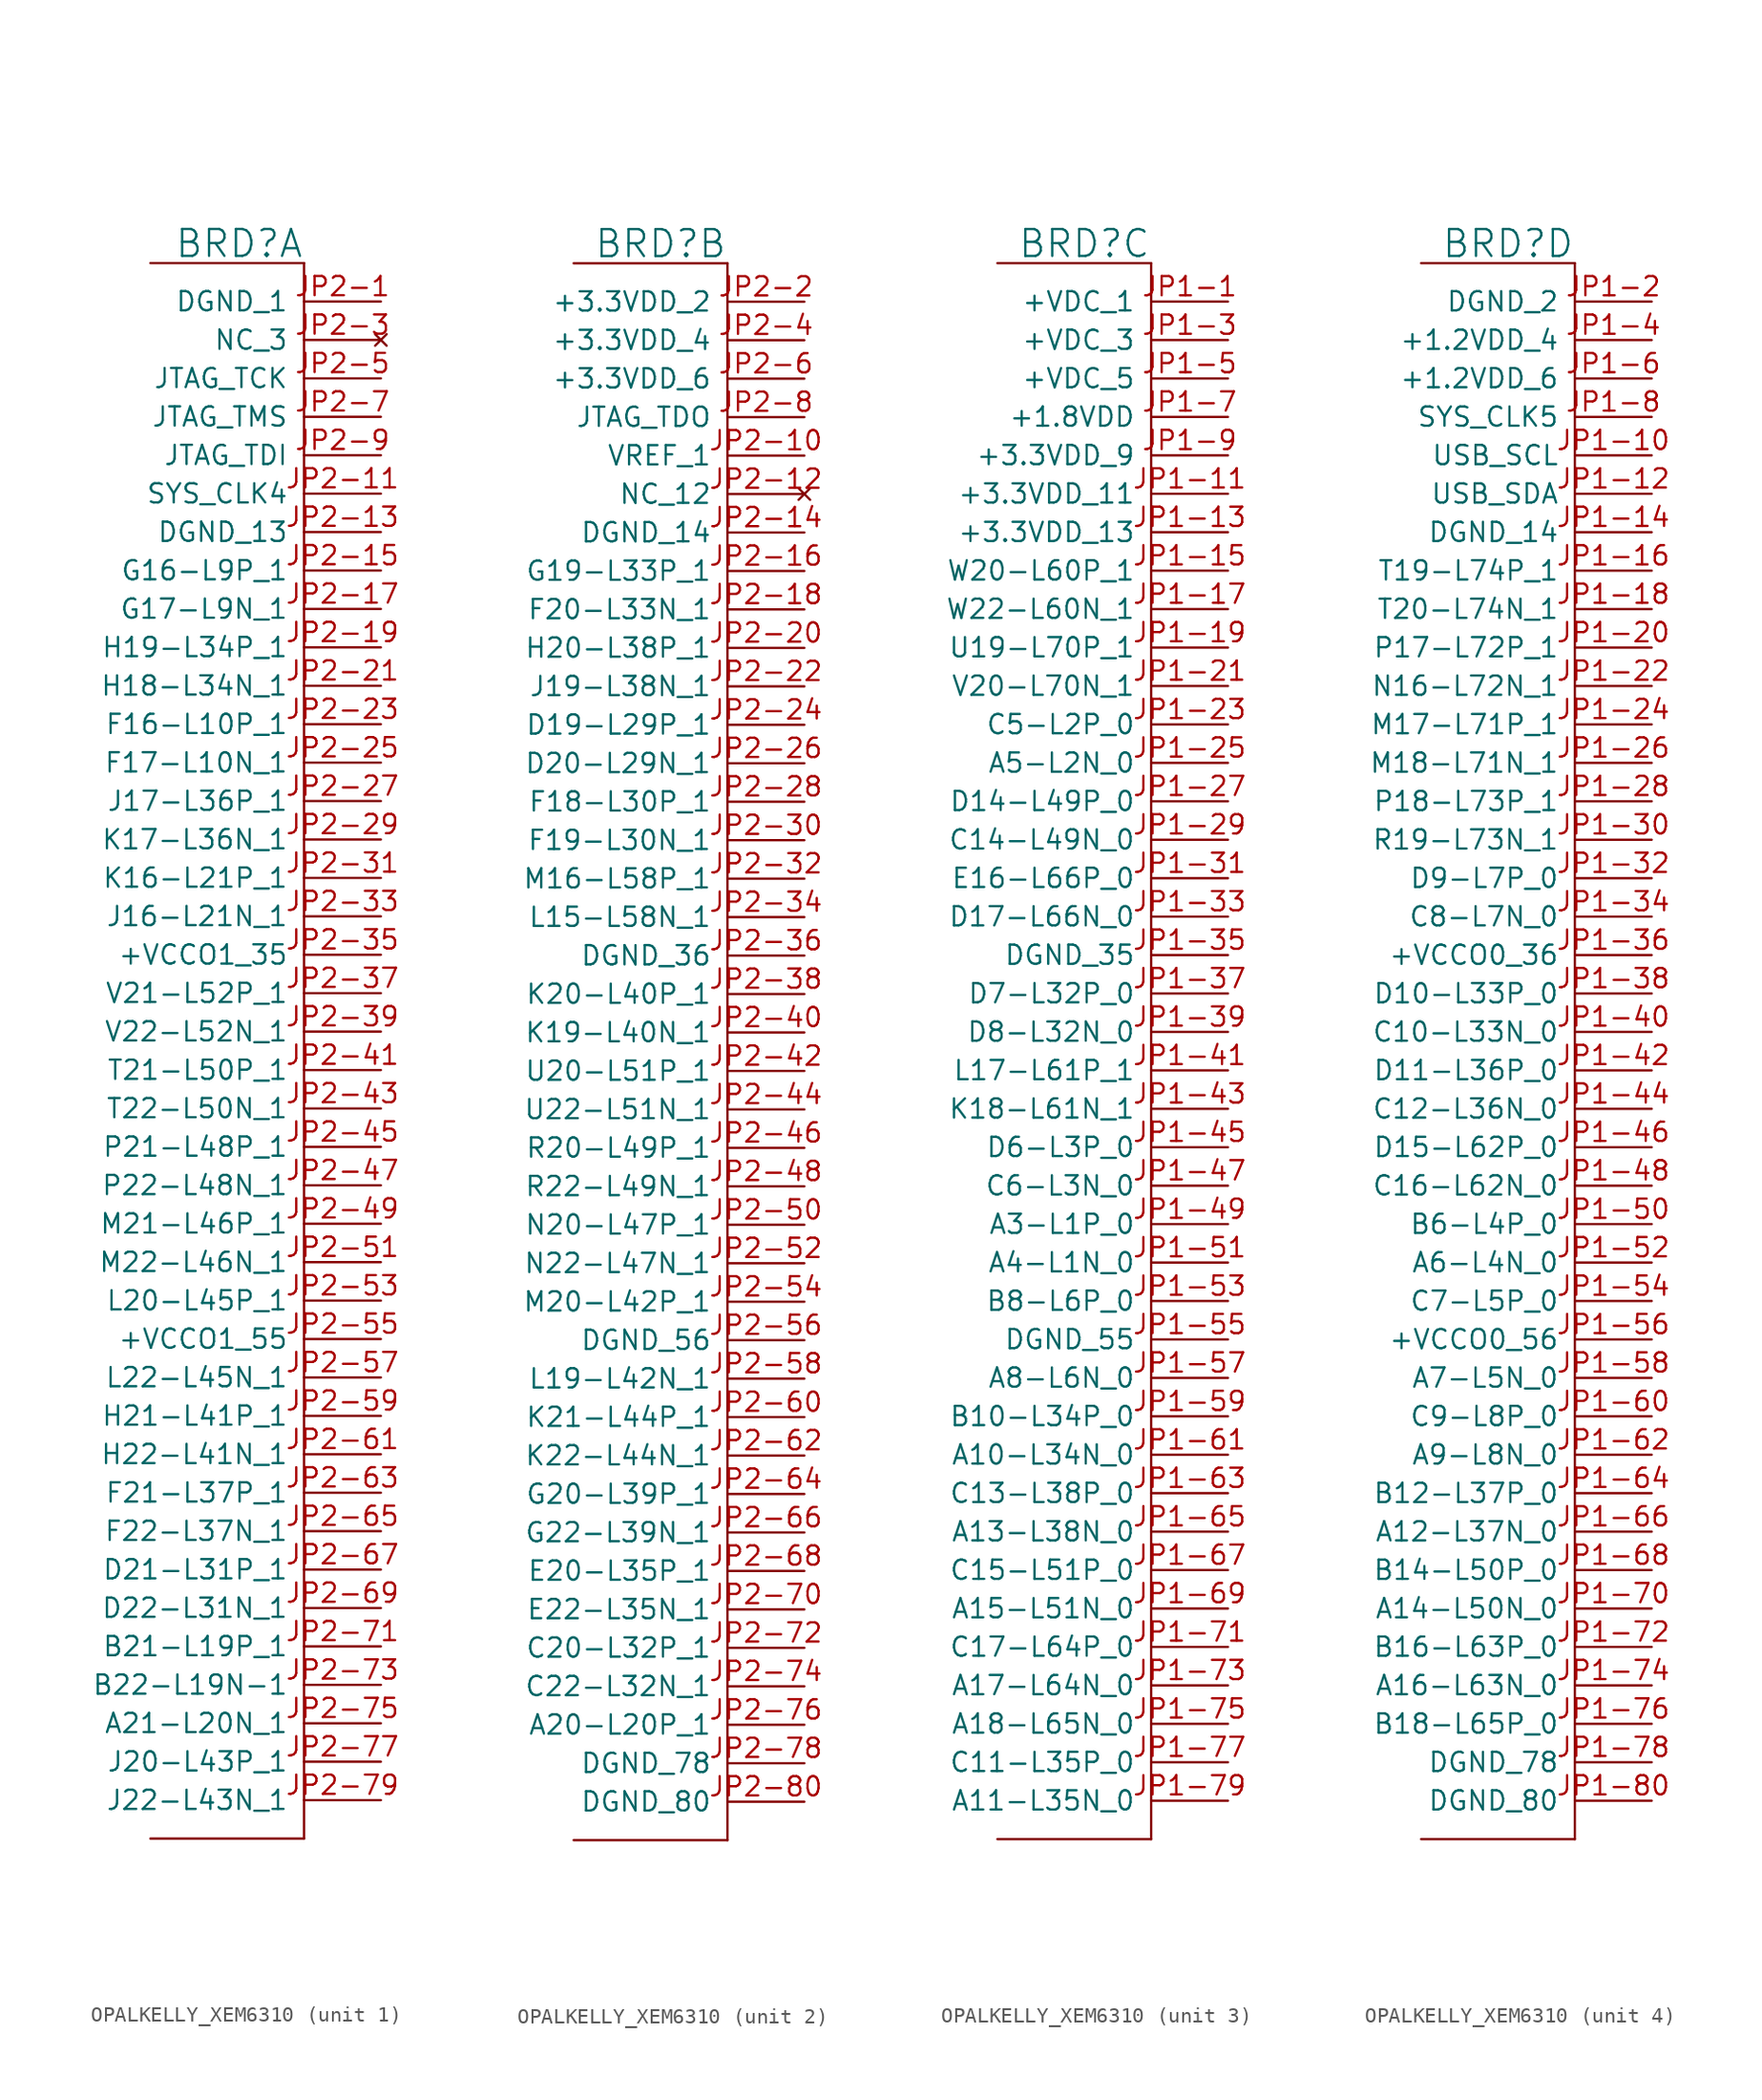
<source format=kicad_sym>
(kicad_symbol_lib
  (version 20211014)
  (generator kicad_symbol_editor)
  (symbol "OPALKELLY_XEM6310"
    (pin_names
      (offset 1.016))
    (property "Reference" "BRD"
      (at 5.08 51.054 0)
      (effects (font (size 1.778 1.778)) (justify right bottom)))
    (property "ki_locked" ""
      (at 0 0 0)
      (effects (font (size 1.27 1.27))))
    (symbol "OPALKELLY_XEM6310_1_0"
      (polyline (pts (xy -5.08 50.8) (xy 5.08 50.8)) (stroke (width 0) (type default) (color 0 0 0 0)) (fill (type none)))
      (polyline (pts (xy 5.08 -53.34) (xy -5.08 -53.34)) (stroke (width 0) (type default) (color 0 0 0 0)) (fill (type none)))
      (polyline (pts (xy 5.08 50.8) (xy 5.08 -53.34)) (stroke (width 0) (type default) (color 0 0 0 0)) (fill (type none)))
      (pin power_in line (at 10.16 48.26 180) (length 5.08) (name "DGND_1" (effects (font (size 1.27 1.27)))) (number "JP2-1" (effects (font (size 1.27 1.27)))))
      (pin output line (at 10.16 35.56 180) (length 5.08) (name "SYS_CLK4" (effects (font (size 1.27 1.27)))) (number "JP2-11" (effects (font (size 1.27 1.27)))))
      (pin power_in line (at 10.16 33.02 180) (length 5.08) (name "DGND_13" (effects (font (size 1.27 1.27)))) (number "JP2-13" (effects (font (size 1.27 1.27)))))
      (pin bidirectional line (at 10.16 30.48 180) (length 5.08) (name "G16-L9P_1" (effects (font (size 1.27 1.27)))) (number "JP2-15" (effects (font (size 1.27 1.27)))))
      (pin bidirectional line (at 10.16 27.94 180) (length 5.08) (name "G17-L9N_1" (effects (font (size 1.27 1.27)))) (number "JP2-17" (effects (font (size 1.27 1.27)))))
      (pin bidirectional line (at 10.16 25.4 180) (length 5.08) (name "H19-L34P_1" (effects (font (size 1.27 1.27)))) (number "JP2-19" (effects (font (size 1.27 1.27)))))
      (pin bidirectional line (at 10.16 22.86 180) (length 5.08) (name "H18-L34N_1" (effects (font (size 1.27 1.27)))) (number "JP2-21" (effects (font (size 1.27 1.27)))))
      (pin bidirectional line (at 10.16 20.32 180) (length 5.08) (name "F16-L10P_1" (effects (font (size 1.27 1.27)))) (number "JP2-23" (effects (font (size 1.27 1.27)))))
      (pin bidirectional line (at 10.16 17.78 180) (length 5.08) (name "F17-L10N_1" (effects (font (size 1.27 1.27)))) (number "JP2-25" (effects (font (size 1.27 1.27)))))
      (pin bidirectional line (at 10.16 15.24 180) (length 5.08) (name "J17-L36P_1" (effects (font (size 1.27 1.27)))) (number "JP2-27" (effects (font (size 1.27 1.27)))))
      (pin bidirectional line (at 10.16 12.7 180) (length 5.08) (name "K17-L36N_1" (effects (font (size 1.27 1.27)))) (number "JP2-29" (effects (font (size 1.27 1.27)))))
      (pin no_connect line (at 10.16 45.72 180) (length 5.08) (name "NC_3" (effects (font (size 1.27 1.27)))) (number "JP2-3" (effects (font (size 1.27 1.27)))))
      (pin bidirectional line (at 10.16 10.16 180) (length 5.08) (name "K16-L21P_1" (effects (font (size 1.27 1.27)))) (number "JP2-31" (effects (font (size 1.27 1.27)))))
      (pin bidirectional line (at 10.16 7.62 180) (length 5.08) (name "J16-L21N_1" (effects (font (size 1.27 1.27)))) (number "JP2-33" (effects (font (size 1.27 1.27)))))
      (pin power_in line (at 10.16 5.08 180) (length 5.08) (name "+VCCO1_35" (effects (font (size 1.27 1.27)))) (number "JP2-35" (effects (font (size 1.27 1.27)))))
      (pin bidirectional line (at 10.16 2.54 180) (length 5.08) (name "V21-L52P_1" (effects (font (size 1.27 1.27)))) (number "JP2-37" (effects (font (size 1.27 1.27)))))
      (pin bidirectional line (at 10.16 0 180) (length 5.08) (name "V22-L52N_1" (effects (font (size 1.27 1.27)))) (number "JP2-39" (effects (font (size 1.27 1.27)))))
      (pin bidirectional line (at 10.16 -2.54 180) (length 5.08) (name "T21-L50P_1" (effects (font (size 1.27 1.27)))) (number "JP2-41" (effects (font (size 1.27 1.27)))))
      (pin bidirectional line (at 10.16 -5.08 180) (length 5.08) (name "T22-L50N_1" (effects (font (size 1.27 1.27)))) (number "JP2-43" (effects (font (size 1.27 1.27)))))
      (pin bidirectional line (at 10.16 -7.62 180) (length 5.08) (name "P21-L48P_1" (effects (font (size 1.27 1.27)))) (number "JP2-45" (effects (font (size 1.27 1.27)))))
      (pin bidirectional line (at 10.16 -10.16 180) (length 5.08) (name "P22-L48N_1" (effects (font (size 1.27 1.27)))) (number "JP2-47" (effects (font (size 1.27 1.27)))))
      (pin bidirectional line (at 10.16 -12.7 180) (length 5.08) (name "M21-L46P_1" (effects (font (size 1.27 1.27)))) (number "JP2-49" (effects (font (size 1.27 1.27)))))
      (pin bidirectional line (at 10.16 43.18 180) (length 5.08) (name "JTAG_TCK" (effects (font (size 1.27 1.27)))) (number "JP2-5" (effects (font (size 1.27 1.27)))))
      (pin bidirectional line (at 10.16 -15.24 180) (length 5.08) (name "M22-L46N_1" (effects (font (size 1.27 1.27)))) (number "JP2-51" (effects (font (size 1.27 1.27)))))
      (pin bidirectional line (at 10.16 -17.78 180) (length 5.08) (name "L20-L45P_1" (effects (font (size 1.27 1.27)))) (number "JP2-53" (effects (font (size 1.27 1.27)))))
      (pin power_in line (at 10.16 -20.32 180) (length 5.08) (name "+VCCO1_55" (effects (font (size 1.27 1.27)))) (number "JP2-55" (effects (font (size 1.27 1.27)))))
      (pin bidirectional line (at 10.16 -22.86 180) (length 5.08) (name "L22-L45N_1" (effects (font (size 1.27 1.27)))) (number "JP2-57" (effects (font (size 1.27 1.27)))))
      (pin bidirectional line (at 10.16 -25.4 180) (length 5.08) (name "H21-L41P_1" (effects (font (size 1.27 1.27)))) (number "JP2-59" (effects (font (size 1.27 1.27)))))
      (pin bidirectional line (at 10.16 -27.94 180) (length 5.08) (name "H22-L41N_1" (effects (font (size 1.27 1.27)))) (number "JP2-61" (effects (font (size 1.27 1.27)))))
      (pin bidirectional line (at 10.16 -30.48 180) (length 5.08) (name "F21-L37P_1" (effects (font (size 1.27 1.27)))) (number "JP2-63" (effects (font (size 1.27 1.27)))))
      (pin bidirectional line (at 10.16 -33.02 180) (length 5.08) (name "F22-L37N_1" (effects (font (size 1.27 1.27)))) (number "JP2-65" (effects (font (size 1.27 1.27)))))
      (pin bidirectional line (at 10.16 -35.56 180) (length 5.08) (name "D21-L31P_1" (effects (font (size 1.27 1.27)))) (number "JP2-67" (effects (font (size 1.27 1.27)))))
      (pin bidirectional line (at 10.16 -38.1 180) (length 5.08) (name "D22-L31N_1" (effects (font (size 1.27 1.27)))) (number "JP2-69" (effects (font (size 1.27 1.27)))))
      (pin bidirectional line (at 10.16 40.64 180) (length 5.08) (name "JTAG_TMS" (effects (font (size 1.27 1.27)))) (number "JP2-7" (effects (font (size 1.27 1.27)))))
      (pin bidirectional line (at 10.16 -40.64 180) (length 5.08) (name "B21-L19P_1" (effects (font (size 1.27 1.27)))) (number "JP2-71" (effects (font (size 1.27 1.27)))))
      (pin bidirectional line (at 10.16 -43.18 180) (length 5.08) (name "B22-L19N-1" (effects (font (size 1.27 1.27)))) (number "JP2-73" (effects (font (size 1.27 1.27)))))
      (pin bidirectional line (at 10.16 -45.72 180) (length 5.08) (name "A21-L20N_1" (effects (font (size 1.27 1.27)))) (number "JP2-75" (effects (font (size 1.27 1.27)))))
      (pin bidirectional line (at 10.16 -48.26 180) (length 5.08) (name "J20-L43P_1" (effects (font (size 1.27 1.27)))) (number "JP2-77" (effects (font (size 1.27 1.27)))))
      (pin bidirectional line (at 10.16 -50.8 180) (length 5.08) (name "J22-L43N_1" (effects (font (size 1.27 1.27)))) (number "JP2-79" (effects (font (size 1.27 1.27)))))
      (pin bidirectional line (at 10.16 38.1 180) (length 5.08) (name "JTAG_TDI" (effects (font (size 1.27 1.27)))) (number "JP2-9" (effects (font (size 1.27 1.27))))))
    (symbol "OPALKELLY_XEM6310_2_0"
      (polyline (pts (xy -5.08 50.8) (xy 5.08 50.8)) (stroke (width 0) (type default) (color 0 0 0 0)) (fill (type none)))
      (polyline (pts (xy 5.08 -53.34) (xy -5.08 -53.34)) (stroke (width 0) (type default) (color 0 0 0 0)) (fill (type none)))
      (polyline (pts (xy 5.08 50.8) (xy 5.08 -53.34)) (stroke (width 0) (type default) (color 0 0 0 0)) (fill (type none)))
      (pin input line (at 10.16 38.1 180) (length 5.08) (name "VREF_1" (effects (font (size 1.27 1.27)))) (number "JP2-10" (effects (font (size 1.27 1.27)))))
      (pin no_connect line (at 10.16 35.56 180) (length 5.08) (name "NC_12" (effects (font (size 1.27 1.27)))) (number "JP2-12" (effects (font (size 1.27 1.27)))))
      (pin power_in line (at 10.16 33.02 180) (length 5.08) (name "DGND_14" (effects (font (size 1.27 1.27)))) (number "JP2-14" (effects (font (size 1.27 1.27)))))
      (pin bidirectional line (at 10.16 30.48 180) (length 5.08) (name "G19-L33P_1" (effects (font (size 1.27 1.27)))) (number "JP2-16" (effects (font (size 1.27 1.27)))))
      (pin bidirectional line (at 10.16 27.94 180) (length 5.08) (name "F20-L33N_1" (effects (font (size 1.27 1.27)))) (number "JP2-18" (effects (font (size 1.27 1.27)))))
      (pin power_in line (at 10.16 48.26 180) (length 5.08) (name "+3.3VDD_2" (effects (font (size 1.27 1.27)))) (number "JP2-2" (effects (font (size 1.27 1.27)))))
      (pin bidirectional line (at 10.16 25.4 180) (length 5.08) (name "H20-L38P_1" (effects (font (size 1.27 1.27)))) (number "JP2-20" (effects (font (size 1.27 1.27)))))
      (pin bidirectional line (at 10.16 22.86 180) (length 5.08) (name "J19-L38N_1" (effects (font (size 1.27 1.27)))) (number "JP2-22" (effects (font (size 1.27 1.27)))))
      (pin bidirectional line (at 10.16 20.32 180) (length 5.08) (name "D19-L29P_1" (effects (font (size 1.27 1.27)))) (number "JP2-24" (effects (font (size 1.27 1.27)))))
      (pin bidirectional line (at 10.16 17.78 180) (length 5.08) (name "D20-L29N_1" (effects (font (size 1.27 1.27)))) (number "JP2-26" (effects (font (size 1.27 1.27)))))
      (pin bidirectional line (at 10.16 15.24 180) (length 5.08) (name "F18-L30P_1" (effects (font (size 1.27 1.27)))) (number "JP2-28" (effects (font (size 1.27 1.27)))))
      (pin bidirectional line (at 10.16 12.7 180) (length 5.08) (name "F19-L30N_1" (effects (font (size 1.27 1.27)))) (number "JP2-30" (effects (font (size 1.27 1.27)))))
      (pin bidirectional line (at 10.16 10.16 180) (length 5.08) (name "M16-L58P_1" (effects (font (size 1.27 1.27)))) (number "JP2-32" (effects (font (size 1.27 1.27)))))
      (pin bidirectional line (at 10.16 7.62 180) (length 5.08) (name "L15-L58N_1" (effects (font (size 1.27 1.27)))) (number "JP2-34" (effects (font (size 1.27 1.27)))))
      (pin power_in line (at 10.16 5.08 180) (length 5.08) (name "DGND_36" (effects (font (size 1.27 1.27)))) (number "JP2-36" (effects (font (size 1.27 1.27)))))
      (pin bidirectional line (at 10.16 2.54 180) (length 5.08) (name "K20-L40P_1" (effects (font (size 1.27 1.27)))) (number "JP2-38" (effects (font (size 1.27 1.27)))))
      (pin power_in line (at 10.16 45.72 180) (length 5.08) (name "+3.3VDD_4" (effects (font (size 1.27 1.27)))) (number "JP2-4" (effects (font (size 1.27 1.27)))))
      (pin bidirectional line (at 10.16 0 180) (length 5.08) (name "K19-L40N_1" (effects (font (size 1.27 1.27)))) (number "JP2-40" (effects (font (size 1.27 1.27)))))
      (pin bidirectional line (at 10.16 -2.54 180) (length 5.08) (name "U20-L51P_1" (effects (font (size 1.27 1.27)))) (number "JP2-42" (effects (font (size 1.27 1.27)))))
      (pin bidirectional line (at 10.16 -5.08 180) (length 5.08) (name "U22-L51N_1" (effects (font (size 1.27 1.27)))) (number "JP2-44" (effects (font (size 1.27 1.27)))))
      (pin bidirectional line (at 10.16 -7.62 180) (length 5.08) (name "R20-L49P_1" (effects (font (size 1.27 1.27)))) (number "JP2-46" (effects (font (size 1.27 1.27)))))
      (pin bidirectional line (at 10.16 -10.16 180) (length 5.08) (name "R22-L49N_1" (effects (font (size 1.27 1.27)))) (number "JP2-48" (effects (font (size 1.27 1.27)))))
      (pin bidirectional line (at 10.16 -12.7 180) (length 5.08) (name "N20-L47P_1" (effects (font (size 1.27 1.27)))) (number "JP2-50" (effects (font (size 1.27 1.27)))))
      (pin bidirectional line (at 10.16 -15.24 180) (length 5.08) (name "N22-L47N_1" (effects (font (size 1.27 1.27)))) (number "JP2-52" (effects (font (size 1.27 1.27)))))
      (pin bidirectional line (at 10.16 -17.78 180) (length 5.08) (name "M20-L42P_1" (effects (font (size 1.27 1.27)))) (number "JP2-54" (effects (font (size 1.27 1.27)))))
      (pin power_in line (at 10.16 -20.32 180) (length 5.08) (name "DGND_56" (effects (font (size 1.27 1.27)))) (number "JP2-56" (effects (font (size 1.27 1.27)))))
      (pin bidirectional line (at 10.16 -22.86 180) (length 5.08) (name "L19-L42N_1" (effects (font (size 1.27 1.27)))) (number "JP2-58" (effects (font (size 1.27 1.27)))))
      (pin power_in line (at 10.16 43.18 180) (length 5.08) (name "+3.3VDD_6" (effects (font (size 1.27 1.27)))) (number "JP2-6" (effects (font (size 1.27 1.27)))))
      (pin bidirectional line (at 10.16 -25.4 180) (length 5.08) (name "K21-L44P_1" (effects (font (size 1.27 1.27)))) (number "JP2-60" (effects (font (size 1.27 1.27)))))
      (pin bidirectional line (at 10.16 -27.94 180) (length 5.08) (name "K22-L44N_1" (effects (font (size 1.27 1.27)))) (number "JP2-62" (effects (font (size 1.27 1.27)))))
      (pin bidirectional line (at 10.16 -30.48 180) (length 5.08) (name "G20-L39P_1" (effects (font (size 1.27 1.27)))) (number "JP2-64" (effects (font (size 1.27 1.27)))))
      (pin bidirectional line (at 10.16 -33.02 180) (length 5.08) (name "G22-L39N_1" (effects (font (size 1.27 1.27)))) (number "JP2-66" (effects (font (size 1.27 1.27)))))
      (pin bidirectional line (at 10.16 -35.56 180) (length 5.08) (name "E20-L35P_1" (effects (font (size 1.27 1.27)))) (number "JP2-68" (effects (font (size 1.27 1.27)))))
      (pin bidirectional line (at 10.16 -38.1 180) (length 5.08) (name "E22-L35N_1" (effects (font (size 1.27 1.27)))) (number "JP2-70" (effects (font (size 1.27 1.27)))))
      (pin bidirectional line (at 10.16 -40.64 180) (length 5.08) (name "C20-L32P_1" (effects (font (size 1.27 1.27)))) (number "JP2-72" (effects (font (size 1.27 1.27)))))
      (pin bidirectional line (at 10.16 -43.18 180) (length 5.08) (name "C22-L32N_1" (effects (font (size 1.27 1.27)))) (number "JP2-74" (effects (font (size 1.27 1.27)))))
      (pin bidirectional line (at 10.16 -45.72 180) (length 5.08) (name "A20-L20P_1" (effects (font (size 1.27 1.27)))) (number "JP2-76" (effects (font (size 1.27 1.27)))))
      (pin power_in line (at 10.16 -48.26 180) (length 5.08) (name "DGND_78" (effects (font (size 1.27 1.27)))) (number "JP2-78" (effects (font (size 1.27 1.27)))))
      (pin bidirectional line (at 10.16 40.64 180) (length 5.08) (name "JTAG_TDO" (effects (font (size 1.27 1.27)))) (number "JP2-8" (effects (font (size 1.27 1.27)))))
      (pin power_in line (at 10.16 -50.8 180) (length 5.08) (name "DGND_80" (effects (font (size 1.27 1.27)))) (number "JP2-80" (effects (font (size 1.27 1.27))))))
    (symbol "OPALKELLY_XEM6310_3_0"
      (polyline (pts (xy -5.08 50.8) (xy 5.08 50.8)) (stroke (width 0) (type default) (color 0 0 0 0)) (fill (type none)))
      (polyline (pts (xy 5.08 -53.34) (xy -5.08 -53.34)) (stroke (width 0) (type default) (color 0 0 0 0)) (fill (type none)))
      (polyline (pts (xy 5.08 50.8) (xy 5.08 -53.34)) (stroke (width 0) (type default) (color 0 0 0 0)) (fill (type none)))
      (pin power_in line (at 10.16 48.26 180) (length 5.08) (name "+VDC_1" (effects (font (size 1.27 1.27)))) (number "JP1-1" (effects (font (size 1.27 1.27)))))
      (pin power_in line (at 10.16 35.56 180) (length 5.08) (name "+3.3VDD_11" (effects (font (size 1.27 1.27)))) (number "JP1-11" (effects (font (size 1.27 1.27)))))
      (pin power_in line (at 10.16 33.02 180) (length 5.08) (name "+3.3VDD_13" (effects (font (size 1.27 1.27)))) (number "JP1-13" (effects (font (size 1.27 1.27)))))
      (pin bidirectional line (at 10.16 30.48 180) (length 5.08) (name "W20-L60P_1" (effects (font (size 1.27 1.27)))) (number "JP1-15" (effects (font (size 1.27 1.27)))))
      (pin bidirectional line (at 10.16 27.94 180) (length 5.08) (name "W22-L60N_1" (effects (font (size 1.27 1.27)))) (number "JP1-17" (effects (font (size 1.27 1.27)))))
      (pin bidirectional line (at 10.16 25.4 180) (length 5.08) (name "U19-L70P_1" (effects (font (size 1.27 1.27)))) (number "JP1-19" (effects (font (size 1.27 1.27)))))
      (pin bidirectional line (at 10.16 22.86 180) (length 5.08) (name "V20-L70N_1" (effects (font (size 1.27 1.27)))) (number "JP1-21" (effects (font (size 1.27 1.27)))))
      (pin bidirectional line (at 10.16 20.32 180) (length 5.08) (name "C5-L2P_0" (effects (font (size 1.27 1.27)))) (number "JP1-23" (effects (font (size 1.27 1.27)))))
      (pin bidirectional line (at 10.16 17.78 180) (length 5.08) (name "A5-L2N_0" (effects (font (size 1.27 1.27)))) (number "JP1-25" (effects (font (size 1.27 1.27)))))
      (pin bidirectional line (at 10.16 15.24 180) (length 5.08) (name "D14-L49P_0" (effects (font (size 1.27 1.27)))) (number "JP1-27" (effects (font (size 1.27 1.27)))))
      (pin bidirectional line (at 10.16 12.7 180) (length 5.08) (name "C14-L49N_0" (effects (font (size 1.27 1.27)))) (number "JP1-29" (effects (font (size 1.27 1.27)))))
      (pin power_in line (at 10.16 45.72 180) (length 5.08) (name "+VDC_3" (effects (font (size 1.27 1.27)))) (number "JP1-3" (effects (font (size 1.27 1.27)))))
      (pin bidirectional line (at 10.16 10.16 180) (length 5.08) (name "E16-L66P_0" (effects (font (size 1.27 1.27)))) (number "JP1-31" (effects (font (size 1.27 1.27)))))
      (pin bidirectional line (at 10.16 7.62 180) (length 5.08) (name "D17-L66N_0" (effects (font (size 1.27 1.27)))) (number "JP1-33" (effects (font (size 1.27 1.27)))))
      (pin power_in line (at 10.16 5.08 180) (length 5.08) (name "DGND_35" (effects (font (size 1.27 1.27)))) (number "JP1-35" (effects (font (size 1.27 1.27)))))
      (pin bidirectional line (at 10.16 2.54 180) (length 5.08) (name "D7-L32P_0" (effects (font (size 1.27 1.27)))) (number "JP1-37" (effects (font (size 1.27 1.27)))))
      (pin bidirectional line (at 10.16 0 180) (length 5.08) (name "D8-L32N_0" (effects (font (size 1.27 1.27)))) (number "JP1-39" (effects (font (size 1.27 1.27)))))
      (pin bidirectional line (at 10.16 -2.54 180) (length 5.08) (name "L17-L61P_1" (effects (font (size 1.27 1.27)))) (number "JP1-41" (effects (font (size 1.27 1.27)))))
      (pin bidirectional line (at 10.16 -5.08 180) (length 5.08) (name "K18-L61N_1" (effects (font (size 1.27 1.27)))) (number "JP1-43" (effects (font (size 1.27 1.27)))))
      (pin bidirectional line (at 10.16 -7.62 180) (length 5.08) (name "D6-L3P_0" (effects (font (size 1.27 1.27)))) (number "JP1-45" (effects (font (size 1.27 1.27)))))
      (pin bidirectional line (at 10.16 -10.16 180) (length 5.08) (name "C6-L3N_0" (effects (font (size 1.27 1.27)))) (number "JP1-47" (effects (font (size 1.27 1.27)))))
      (pin bidirectional line (at 10.16 -12.7 180) (length 5.08) (name "A3-L1P_0" (effects (font (size 1.27 1.27)))) (number "JP1-49" (effects (font (size 1.27 1.27)))))
      (pin power_in line (at 10.16 43.18 180) (length 5.08) (name "+VDC_5" (effects (font (size 1.27 1.27)))) (number "JP1-5" (effects (font (size 1.27 1.27)))))
      (pin bidirectional line (at 10.16 -15.24 180) (length 5.08) (name "A4-L1N_0" (effects (font (size 1.27 1.27)))) (number "JP1-51" (effects (font (size 1.27 1.27)))))
      (pin bidirectional line (at 10.16 -17.78 180) (length 5.08) (name "B8-L6P_0" (effects (font (size 1.27 1.27)))) (number "JP1-53" (effects (font (size 1.27 1.27)))))
      (pin power_in line (at 10.16 -20.32 180) (length 5.08) (name "DGND_55" (effects (font (size 1.27 1.27)))) (number "JP1-55" (effects (font (size 1.27 1.27)))))
      (pin bidirectional line (at 10.16 -22.86 180) (length 5.08) (name "A8-L6N_0" (effects (font (size 1.27 1.27)))) (number "JP1-57" (effects (font (size 1.27 1.27)))))
      (pin bidirectional line (at 10.16 -25.4 180) (length 5.08) (name "B10-L34P_0" (effects (font (size 1.27 1.27)))) (number "JP1-59" (effects (font (size 1.27 1.27)))))
      (pin bidirectional line (at 10.16 -27.94 180) (length 5.08) (name "A10-L34N_0" (effects (font (size 1.27 1.27)))) (number "JP1-61" (effects (font (size 1.27 1.27)))))
      (pin bidirectional line (at 10.16 -30.48 180) (length 5.08) (name "C13-L38P_0" (effects (font (size 1.27 1.27)))) (number "JP1-63" (effects (font (size 1.27 1.27)))))
      (pin bidirectional line (at 10.16 -33.02 180) (length 5.08) (name "A13-L38N_0" (effects (font (size 1.27 1.27)))) (number "JP1-65" (effects (font (size 1.27 1.27)))))
      (pin bidirectional line (at 10.16 -35.56 180) (length 5.08) (name "C15-L51P_0" (effects (font (size 1.27 1.27)))) (number "JP1-67" (effects (font (size 1.27 1.27)))))
      (pin bidirectional line (at 10.16 -38.1 180) (length 5.08) (name "A15-L51N_0" (effects (font (size 1.27 1.27)))) (number "JP1-69" (effects (font (size 1.27 1.27)))))
      (pin power_in line (at 10.16 40.64 180) (length 5.08) (name "+1.8VDD" (effects (font (size 1.27 1.27)))) (number "JP1-7" (effects (font (size 1.27 1.27)))))
      (pin bidirectional line (at 10.16 -40.64 180) (length 5.08) (name "C17-L64P_0" (effects (font (size 1.27 1.27)))) (number "JP1-71" (effects (font (size 1.27 1.27)))))
      (pin bidirectional line (at 10.16 -43.18 180) (length 5.08) (name "A17-L64N_0" (effects (font (size 1.27 1.27)))) (number "JP1-73" (effects (font (size 1.27 1.27)))))
      (pin bidirectional line (at 10.16 -45.72 180) (length 5.08) (name "A18-L65N_0" (effects (font (size 1.27 1.27)))) (number "JP1-75" (effects (font (size 1.27 1.27)))))
      (pin bidirectional line (at 10.16 -48.26 180) (length 5.08) (name "C11-L35P_0" (effects (font (size 1.27 1.27)))) (number "JP1-77" (effects (font (size 1.27 1.27)))))
      (pin bidirectional line (at 10.16 -50.8 180) (length 5.08) (name "A11-L35N_0" (effects (font (size 1.27 1.27)))) (number "JP1-79" (effects (font (size 1.27 1.27)))))
      (pin power_in line (at 10.16 38.1 180) (length 5.08) (name "+3.3VDD_9" (effects (font (size 1.27 1.27)))) (number "JP1-9" (effects (font (size 1.27 1.27))))))
    (symbol "OPALKELLY_XEM6310_4_0"
      (polyline (pts (xy -5.08 50.8) (xy 5.08 50.8)) (stroke (width 0) (type default) (color 0 0 0 0)) (fill (type none)))
      (polyline (pts (xy 5.08 -53.34) (xy -5.08 -53.34)) (stroke (width 0) (type default) (color 0 0 0 0)) (fill (type none)))
      (polyline (pts (xy 5.08 50.8) (xy 5.08 -53.34)) (stroke (width 0) (type default) (color 0 0 0 0)) (fill (type none)))
      (pin bidirectional line (at 10.16 38.1 180) (length 5.08) (name "USB_SCL" (effects (font (size 1.27 1.27)))) (number "JP1-10" (effects (font (size 1.27 1.27)))))
      (pin bidirectional line (at 10.16 35.56 180) (length 5.08) (name "USB_SDA" (effects (font (size 1.27 1.27)))) (number "JP1-12" (effects (font (size 1.27 1.27)))))
      (pin power_in line (at 10.16 33.02 180) (length 5.08) (name "DGND_14" (effects (font (size 1.27 1.27)))) (number "JP1-14" (effects (font (size 1.27 1.27)))))
      (pin bidirectional line (at 10.16 30.48 180) (length 5.08) (name "T19-L74P_1" (effects (font (size 1.27 1.27)))) (number "JP1-16" (effects (font (size 1.27 1.27)))))
      (pin bidirectional line (at 10.16 27.94 180) (length 5.08) (name "T20-L74N_1" (effects (font (size 1.27 1.27)))) (number "JP1-18" (effects (font (size 1.27 1.27)))))
      (pin power_in line (at 10.16 48.26 180) (length 5.08) (name "DGND_2" (effects (font (size 1.27 1.27)))) (number "JP1-2" (effects (font (size 1.27 1.27)))))
      (pin bidirectional line (at 10.16 25.4 180) (length 5.08) (name "P17-L72P_1" (effects (font (size 1.27 1.27)))) (number "JP1-20" (effects (font (size 1.27 1.27)))))
      (pin bidirectional line (at 10.16 22.86 180) (length 5.08) (name "N16-L72N_1" (effects (font (size 1.27 1.27)))) (number "JP1-22" (effects (font (size 1.27 1.27)))))
      (pin bidirectional line (at 10.16 20.32 180) (length 5.08) (name "M17-L71P_1" (effects (font (size 1.27 1.27)))) (number "JP1-24" (effects (font (size 1.27 1.27)))))
      (pin bidirectional line (at 10.16 17.78 180) (length 5.08) (name "M18-L71N_1" (effects (font (size 1.27 1.27)))) (number "JP1-26" (effects (font (size 1.27 1.27)))))
      (pin bidirectional line (at 10.16 15.24 180) (length 5.08) (name "P18-L73P_1" (effects (font (size 1.27 1.27)))) (number "JP1-28" (effects (font (size 1.27 1.27)))))
      (pin bidirectional line (at 10.16 12.7 180) (length 5.08) (name "R19-L73N_1" (effects (font (size 1.27 1.27)))) (number "JP1-30" (effects (font (size 1.27 1.27)))))
      (pin bidirectional line (at 10.16 10.16 180) (length 5.08) (name "D9-L7P_0" (effects (font (size 1.27 1.27)))) (number "JP1-32" (effects (font (size 1.27 1.27)))))
      (pin bidirectional line (at 10.16 7.62 180) (length 5.08) (name "C8-L7N_0" (effects (font (size 1.27 1.27)))) (number "JP1-34" (effects (font (size 1.27 1.27)))))
      (pin power_in line (at 10.16 5.08 180) (length 5.08) (name "+VCCO0_36" (effects (font (size 1.27 1.27)))) (number "JP1-36" (effects (font (size 1.27 1.27)))))
      (pin bidirectional line (at 10.16 2.54 180) (length 5.08) (name "D10-L33P_0" (effects (font (size 1.27 1.27)))) (number "JP1-38" (effects (font (size 1.27 1.27)))))
      (pin power_in line (at 10.16 45.72 180) (length 5.08) (name "+1.2VDD_4" (effects (font (size 1.27 1.27)))) (number "JP1-4" (effects (font (size 1.27 1.27)))))
      (pin bidirectional line (at 10.16 0 180) (length 5.08) (name "C10-L33N_0" (effects (font (size 1.27 1.27)))) (number "JP1-40" (effects (font (size 1.27 1.27)))))
      (pin bidirectional line (at 10.16 -2.54 180) (length 5.08) (name "D11-L36P_0" (effects (font (size 1.27 1.27)))) (number "JP1-42" (effects (font (size 1.27 1.27)))))
      (pin bidirectional line (at 10.16 -5.08 180) (length 5.08) (name "C12-L36N_0" (effects (font (size 1.27 1.27)))) (number "JP1-44" (effects (font (size 1.27 1.27)))))
      (pin bidirectional line (at 10.16 -7.62 180) (length 5.08) (name "D15-L62P_0" (effects (font (size 1.27 1.27)))) (number "JP1-46" (effects (font (size 1.27 1.27)))))
      (pin bidirectional line (at 10.16 -10.16 180) (length 5.08) (name "C16-L62N_0" (effects (font (size 1.27 1.27)))) (number "JP1-48" (effects (font (size 1.27 1.27)))))
      (pin bidirectional line (at 10.16 -12.7 180) (length 5.08) (name "B6-L4P_0" (effects (font (size 1.27 1.27)))) (number "JP1-50" (effects (font (size 1.27 1.27)))))
      (pin bidirectional line (at 10.16 -15.24 180) (length 5.08) (name "A6-L4N_0" (effects (font (size 1.27 1.27)))) (number "JP1-52" (effects (font (size 1.27 1.27)))))
      (pin bidirectional line (at 10.16 -17.78 180) (length 5.08) (name "C7-L5P_0" (effects (font (size 1.27 1.27)))) (number "JP1-54" (effects (font (size 1.27 1.27)))))
      (pin power_in line (at 10.16 -20.32 180) (length 5.08) (name "+VCCO0_56" (effects (font (size 1.27 1.27)))) (number "JP1-56" (effects (font (size 1.27 1.27)))))
      (pin bidirectional line (at 10.16 -22.86 180) (length 5.08) (name "A7-L5N_0" (effects (font (size 1.27 1.27)))) (number "JP1-58" (effects (font (size 1.27 1.27)))))
      (pin power_in line (at 10.16 43.18 180) (length 5.08) (name "+1.2VDD_6" (effects (font (size 1.27 1.27)))) (number "JP1-6" (effects (font (size 1.27 1.27)))))
      (pin bidirectional line (at 10.16 -25.4 180) (length 5.08) (name "C9-L8P_0" (effects (font (size 1.27 1.27)))) (number "JP1-60" (effects (font (size 1.27 1.27)))))
      (pin bidirectional line (at 10.16 -27.94 180) (length 5.08) (name "A9-L8N_0" (effects (font (size 1.27 1.27)))) (number "JP1-62" (effects (font (size 1.27 1.27)))))
      (pin bidirectional line (at 10.16 -30.48 180) (length 5.08) (name "B12-L37P_0" (effects (font (size 1.27 1.27)))) (number "JP1-64" (effects (font (size 1.27 1.27)))))
      (pin bidirectional line (at 10.16 -33.02 180) (length 5.08) (name "A12-L37N_0" (effects (font (size 1.27 1.27)))) (number "JP1-66" (effects (font (size 1.27 1.27)))))
      (pin bidirectional line (at 10.16 -35.56 180) (length 5.08) (name "B14-L50P_0" (effects (font (size 1.27 1.27)))) (number "JP1-68" (effects (font (size 1.27 1.27)))))
      (pin bidirectional line (at 10.16 -38.1 180) (length 5.08) (name "A14-L50N_0" (effects (font (size 1.27 1.27)))) (number "JP1-70" (effects (font (size 1.27 1.27)))))
      (pin bidirectional line (at 10.16 -40.64 180) (length 5.08) (name "B16-L63P_0" (effects (font (size 1.27 1.27)))) (number "JP1-72" (effects (font (size 1.27 1.27)))))
      (pin bidirectional line (at 10.16 -43.18 180) (length 5.08) (name "A16-L63N_0" (effects (font (size 1.27 1.27)))) (number "JP1-74" (effects (font (size 1.27 1.27)))))
      (pin bidirectional line (at 10.16 -45.72 180) (length 5.08) (name "B18-L65P_0" (effects (font (size 1.27 1.27)))) (number "JP1-76" (effects (font (size 1.27 1.27)))))
      (pin power_in line (at 10.16 -48.26 180) (length 5.08) (name "DGND_78" (effects (font (size 1.27 1.27)))) (number "JP1-78" (effects (font (size 1.27 1.27)))))
      (pin output line (at 10.16 40.64 180) (length 5.08) (name "SYS_CLK5" (effects (font (size 1.27 1.27)))) (number "JP1-8" (effects (font (size 1.27 1.27)))))
      (pin power_in line (at 10.16 -50.8 180) (length 5.08) (name "DGND_80" (effects (font (size 1.27 1.27)))) (number "JP1-80" (effects (font (size 1.27 1.27))))))))
</source>
